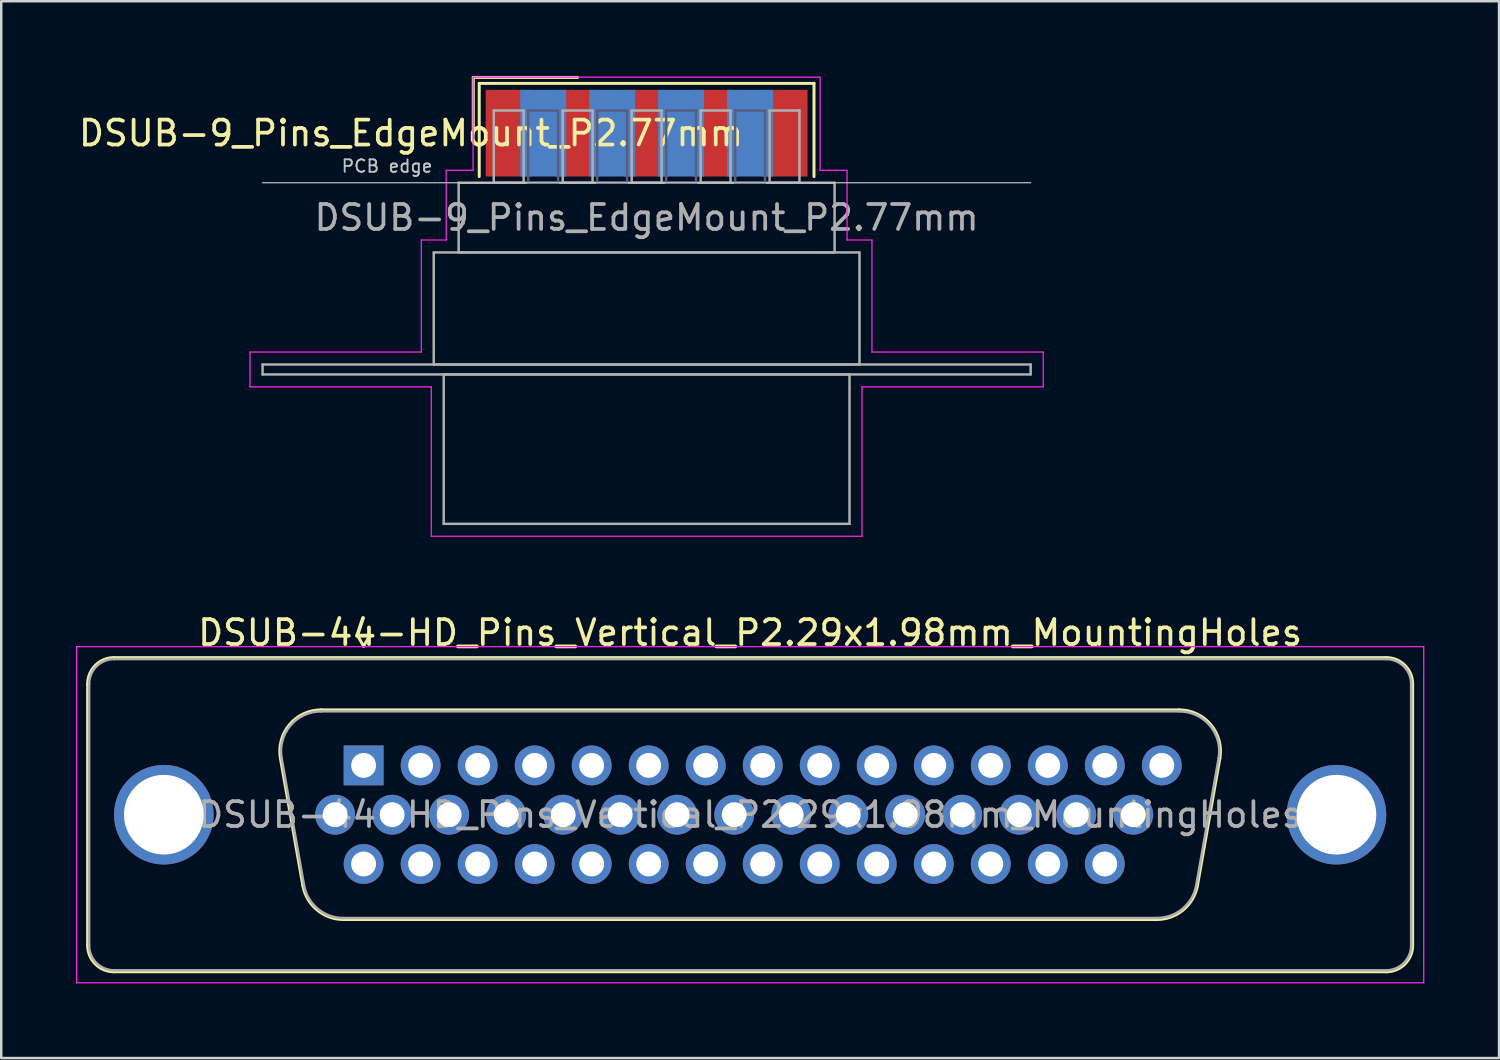
<source format=kicad_pcb>
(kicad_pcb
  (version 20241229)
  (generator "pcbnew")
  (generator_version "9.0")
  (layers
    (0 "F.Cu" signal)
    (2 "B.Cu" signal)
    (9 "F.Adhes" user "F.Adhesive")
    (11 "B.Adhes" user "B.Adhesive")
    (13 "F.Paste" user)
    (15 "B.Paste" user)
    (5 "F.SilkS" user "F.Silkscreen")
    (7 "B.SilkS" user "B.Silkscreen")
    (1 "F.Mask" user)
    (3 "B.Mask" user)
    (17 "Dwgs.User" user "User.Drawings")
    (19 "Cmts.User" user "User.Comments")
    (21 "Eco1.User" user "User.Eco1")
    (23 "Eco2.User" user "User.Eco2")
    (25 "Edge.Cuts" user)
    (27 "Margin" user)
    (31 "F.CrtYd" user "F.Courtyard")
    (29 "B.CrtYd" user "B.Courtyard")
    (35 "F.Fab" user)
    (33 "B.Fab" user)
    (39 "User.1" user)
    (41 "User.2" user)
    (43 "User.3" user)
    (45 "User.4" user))
  (footprint "DSUB-9_Pins_EdgeMount_P2.77mm"
    (layer "F.Cu")
    (at 22.922 2.3)
    (property "Reference" "DSUB-9_Pins_EdgeMount_P2.77mm" (at -9.463 0 0) (layer "F.SilkS") (effects (font (size 1 1) (thickness 0.15))))
    (attr smd)
    (fp_line (start -6.963 -2.24) (end -2.77 -2.24) (stroke (width 0.12) (type solid)) (layer "F.SilkS"))
    (fp_line (start -6.963 0) (end -6.963 -2.24) (stroke (width 0.12) (type solid)) (layer "F.SilkS"))
    (fp_line (start -6.723 -2) (end -6.723 1.74) (stroke (width 0.12) (type solid)) (layer "F.SilkS"))
    (fp_line (start 6.723 -2) (end -6.723 -2) (stroke (width 0.12) (type solid)) (layer "F.SilkS"))
    (fp_line (start 6.723 1.74) (end 6.723 -2) (stroke (width 0.12) (type solid)) (layer "F.SilkS"))
    (fp_line (start -15.425 1.99) (end 15.425 1.99) (stroke (width 0.05) (type solid)) (layer "Dwgs.User"))
    (fp_line (start -15.93 8.79) (end -9.05 8.79) (stroke (width 0.05) (type solid)) (layer "F.CrtYd"))
    (fp_line (start -15.93 10.19) (end -15.93 8.79) (stroke (width 0.05) (type solid)) (layer "F.CrtYd"))
    (fp_line (start -9.05 4.29) (end -8.05 4.29) (stroke (width 0.05) (type solid)) (layer "F.CrtYd"))
    (fp_line (start -9.05 8.79) (end -9.05 4.29) (stroke (width 0.05) (type solid)) (layer "F.CrtYd"))
    (fp_line (start -8.65 10.19) (end -15.93 10.19) (stroke (width 0.05) (type solid)) (layer "F.CrtYd"))
    (fp_line (start -8.65 16.19) (end -8.65 10.19) (stroke (width 0.05) (type solid)) (layer "F.CrtYd"))
    (fp_line (start -8.05 1.49) (end -6.97 1.49) (stroke (width 0.05) (type solid)) (layer "F.CrtYd"))
    (fp_line (start -8.05 4.29) (end -8.05 1.49) (stroke (width 0.05) (type solid)) (layer "F.CrtYd"))
    (fp_line (start -6.97 -2.25) (end 6.97 -2.25) (stroke (width 0.05) (type solid)) (layer "F.CrtYd"))
    (fp_line (start -6.97 1.49) (end -6.97 -2.25) (stroke (width 0.05) (type solid)) (layer "F.CrtYd"))
    (fp_line (start 6.97 -2.25) (end 6.97 1.49) (stroke (width 0.05) (type solid)) (layer "F.CrtYd"))
    (fp_line (start 6.97 1.49) (end 8.05 1.49) (stroke (width 0.05) (type solid)) (layer "F.CrtYd"))
    (fp_line (start 8.05 1.49) (end 8.05 4.29) (stroke (width 0.05) (type solid)) (layer "F.CrtYd"))
    (fp_line (start 8.05 4.29) (end 9.05 4.29) (stroke (width 0.05) (type solid)) (layer "F.CrtYd"))
    (fp_line (start 8.65 10.19) (end 8.65 16.19) (stroke (width 0.05) (type solid)) (layer "F.CrtYd"))
    (fp_line (start 8.65 16.19) (end -8.65 16.19) (stroke (width 0.05) (type solid)) (layer "F.CrtYd"))
    (fp_line (start 9.05 4.29) (end 9.05 8.79) (stroke (width 0.05) (type solid)) (layer "F.CrtYd"))
    (fp_line (start 9.05 8.79) (end 15.93 8.79) (stroke (width 0.05) (type solid)) (layer "F.CrtYd"))
    (fp_line (start 15.93 8.79) (end 15.93 10.19) (stroke (width 0.05) (type solid)) (layer "F.CrtYd"))
    (fp_line (start 15.93 10.19) (end 8.65 10.19) (stroke (width 0.05) (type solid)) (layer "F.CrtYd"))
    (fp_line (start -4.755 -0.91) (end -4.755 1.99) (stroke (width 0.1) (type solid)) (layer "B.Fab"))
    (fp_line (start -4.755 1.99) (end -3.555 1.99) (stroke (width 0.1) (type solid)) (layer "B.Fab"))
    (fp_line (start -3.555 -0.91) (end -4.755 -0.91) (stroke (width 0.1) (type solid)) (layer "B.Fab"))
    (fp_line (start -3.555 1.99) (end -3.555 -0.91) (stroke (width 0.1) (type solid)) (layer "B.Fab"))
    (fp_line (start -1.985 -0.91) (end -1.985 1.99) (stroke (width 0.1) (type solid)) (layer "B.Fab"))
    (fp_line (start -1.985 1.99) (end -0.785 1.99) (stroke (width 0.1) (type solid)) (layer "B.Fab"))
    (fp_line (start -0.785 -0.91) (end -1.985 -0.91) (stroke (width 0.1) (type solid)) (layer "B.Fab"))
    (fp_line (start -0.785 1.99) (end -0.785 -0.91) (stroke (width 0.1) (type solid)) (layer "B.Fab"))
    (fp_line (start 0.785 -0.91) (end 0.785 1.99) (stroke (width 0.1) (type solid)) (layer "B.Fab"))
    (fp_line (start 0.785 1.99) (end 1.985 1.99) (stroke (width 0.1) (type solid)) (layer "B.Fab"))
    (fp_line (start 1.985 -0.91) (end 0.785 -0.91) (stroke (width 0.1) (type solid)) (layer "B.Fab"))
    (fp_line (start 1.985 1.99) (end 1.985 -0.91) (stroke (width 0.1) (type solid)) (layer "B.Fab"))
    (fp_line (start 3.555 -0.91) (end 3.555 1.99) (stroke (width 0.1) (type solid)) (layer "B.Fab"))
    (fp_line (start 3.555 1.99) (end 4.755 1.99) (stroke (width 0.1) (type solid)) (layer "B.Fab"))
    (fp_line (start 4.755 -0.91) (end 3.555 -0.91) (stroke (width 0.1) (type solid)) (layer "B.Fab"))
    (fp_line (start 4.755 1.99) (end 4.755 -0.91) (stroke (width 0.1) (type solid)) (layer "B.Fab"))
    (fp_line (start -15.425 9.29) (end -15.425 9.69) (stroke (width 0.1) (type solid)) (layer "F.Fab"))
    (fp_line (start -15.425 9.69) (end 15.425 9.69) (stroke (width 0.1) (type solid)) (layer "F.Fab"))
    (fp_line (start -8.55 4.79) (end -8.55 9.29) (stroke (width 0.1) (type solid)) (layer "F.Fab"))
    (fp_line (start -8.55 9.29) (end 8.55 9.29) (stroke (width 0.1) (type solid)) (layer "F.Fab"))
    (fp_line (start -8.15 9.69) (end -8.15 15.69) (stroke (width 0.1) (type solid)) (layer "F.Fab"))
    (fp_line (start -8.15 15.69) (end 8.15 15.69) (stroke (width 0.1) (type solid)) (layer "F.Fab"))
    (fp_line (start -7.55 1.99) (end -7.55 4.79) (stroke (width 0.1) (type solid)) (layer "F.Fab"))
    (fp_line (start -7.55 4.79) (end 7.55 4.79) (stroke (width 0.1) (type solid)) (layer "F.Fab"))
    (fp_line (start -6.14 -0.91) (end -6.14 1.99) (stroke (width 0.1) (type solid)) (layer "F.Fab"))
    (fp_line (start -6.14 1.99) (end -4.94 1.99) (stroke (width 0.1) (type solid)) (layer "F.Fab"))
    (fp_line (start -4.94 -0.91) (end -6.14 -0.91) (stroke (width 0.1) (type solid)) (layer "F.Fab"))
    (fp_line (start -4.94 1.99) (end -4.94 -0.91) (stroke (width 0.1) (type solid)) (layer "F.Fab"))
    (fp_line (start -3.37 -0.91) (end -3.37 1.99) (stroke (width 0.1) (type solid)) (layer "F.Fab"))
    (fp_line (start -3.37 1.99) (end -2.17 1.99) (stroke (width 0.1) (type solid)) (layer "F.Fab"))
    (fp_line (start -2.17 -0.91) (end -3.37 -0.91) (stroke (width 0.1) (type solid)) (layer "F.Fab"))
    (fp_line (start -2.17 1.99) (end -2.17 -0.91) (stroke (width 0.1) (type solid)) (layer "F.Fab"))
    (fp_line (start -0.6 -0.91) (end -0.6 1.99) (stroke (width 0.1) (type solid)) (layer "F.Fab"))
    (fp_line (start -0.6 1.99) (end 0.6 1.99) (stroke (width 0.1) (type solid)) (layer "F.Fab"))
    (fp_line (start 0.6 -0.91) (end -0.6 -0.91) (stroke (width 0.1) (type solid)) (layer "F.Fab"))
    (fp_line (start 0.6 1.99) (end 0.6 -0.91) (stroke (width 0.1) (type solid)) (layer "F.Fab"))
    (fp_line (start 2.17 -0.91) (end 2.17 1.99) (stroke (width 0.1) (type solid)) (layer "F.Fab"))
    (fp_line (start 2.17 1.99) (end 3.37 1.99) (stroke (width 0.1) (type solid)) (layer "F.Fab"))
    (fp_line (start 3.37 -0.91) (end 2.17 -0.91) (stroke (width 0.1) (type solid)) (layer "F.Fab"))
    (fp_line (start 3.37 1.99) (end 3.37 -0.91) (stroke (width 0.1) (type solid)) (layer "F.Fab"))
    (fp_line (start 4.94 -0.91) (end 4.94 1.99) (stroke (width 0.1) (type solid)) (layer "F.Fab"))
    (fp_line (start 4.94 1.99) (end 6.14 1.99) (stroke (width 0.1) (type solid)) (layer "F.Fab"))
    (fp_line (start 6.14 -0.91) (end 4.94 -0.91) (stroke (width 0.1) (type solid)) (layer "F.Fab"))
    (fp_line (start 6.14 1.99) (end 6.14 -0.91) (stroke (width 0.1) (type solid)) (layer "F.Fab"))
    (fp_line (start 7.55 1.99) (end -7.55 1.99) (stroke (width 0.1) (type solid)) (layer "F.Fab"))
    (fp_line (start 7.55 4.79) (end 7.55 1.99) (stroke (width 0.1) (type solid)) (layer "F.Fab"))
    (fp_line (start 8.15 9.69) (end -8.15 9.69) (stroke (width 0.1) (type solid)) (layer "F.Fab"))
    (fp_line (start 8.15 15.69) (end 8.15 9.69) (stroke (width 0.1) (type solid)) (layer "F.Fab"))
    (fp_line (start 8.55 4.79) (end -8.55 4.79) (stroke (width 0.1) (type solid)) (layer "F.Fab"))
    (fp_line (start 8.55 9.29) (end 8.55 4.79) (stroke (width 0.1) (type solid)) (layer "F.Fab"))
    (fp_line (start 15.425 9.29) (end -15.425 9.29) (stroke (width 0.1) (type solid)) (layer "F.Fab"))
    (fp_line (start 15.425 9.69) (end 15.425 9.29) (stroke (width 0.1) (type solid)) (layer "F.Fab"))
    (fp_text user "PCB edge" (at -10.425 1.323 0) (layer "Dwgs.User") (effects (font (size 0.5 0.5) (thickness 0.075))))
    (fp_text user "${REFERENCE}" (at 0 3.39 0) (layer "F.Fab") (effects (font (size 1 1) (thickness 0.15))))
    (pad "1" smd rect (at -5.54 0) (size 1.847 3.48) (layers "F.Cu" "F.Mask" "F.Paste"))
    (pad "2" smd rect (at -2.77 0) (size 1.847 3.48) (layers "F.Cu" "F.Mask" "F.Paste"))
    (pad "3" smd rect (at 0 0) (size 1.847 3.48) (layers "F.Cu" "F.Mask" "F.Paste"))
    (pad "4" smd rect (at 2.77 0) (size 1.847 3.48) (layers "F.Cu" "F.Mask" "F.Paste"))
    (pad "5" smd rect (at 5.54 0) (size 1.847 3.48) (layers "F.Cu" "F.Mask" "F.Paste"))
    (pad "6" smd rect (at -4.155 0) (size 1.847 3.48) (layers "B.Cu" "B.Mask" "B.Paste"))
    (pad "7" smd rect (at -1.385 0) (size 1.847 3.48) (layers "B.Cu" "B.Mask" "B.Paste"))
    (pad "8" smd rect (at 1.385 0) (size 1.847 3.48) (layers "B.Cu" "B.Mask" "B.Paste"))
    (pad "9" smd rect (at 4.155 0) (size 1.847 3.48) (layers "B.Cu" "B.Mask" "B.Paste")))
  (footprint "DSUB-44-HD_Pins_Vertical_P2.29x1.98mm_MountingHoles"
    (layer "F.Cu")
    (at 11.555 27.693)
    (property "Reference" "DSUB-44-HD_Pins_Vertical_P2.29x1.98mm_MountingHoles" (at 15.525 -5.33 0) (layer "F.SilkS") (effects (font (size 1 1) (thickness 0.15))))
    (attr through_hole)
    (fp_line (start -11.085 7.23) (end -11.085 -3.27) (stroke (width 0.12) (type solid)) (layer "F.SilkS"))
    (fp_line (start -10.025 -4.33) (end 41.075 -4.33) (stroke (width 0.12) (type solid)) (layer "F.SilkS"))
    (fp_line (start -2.442 4.818) (end -3.341 -0.282) (stroke (width 0.12) (type solid)) (layer "F.SilkS"))
    (fp_line (start -1.707 -2.23) (end 32.757 -2.23) (stroke (width 0.12) (type solid)) (layer "F.SilkS"))
    (fp_line (start -0.25 -5.224) (end 0.25 -5.224) (stroke (width 0.12) (type solid)) (layer "F.SilkS"))
    (fp_line (start 0 -4.791) (end -0.25 -5.224) (stroke (width 0.12) (type solid)) (layer "F.SilkS"))
    (fp_line (start 0.25 -5.224) (end 0 -4.791) (stroke (width 0.12) (type solid)) (layer "F.SilkS"))
    (fp_line (start 31.857 6.19) (end -0.807 6.19) (stroke (width 0.12) (type solid)) (layer "F.SilkS"))
    (fp_line (start 34.391 -0.282) (end 33.492 4.818) (stroke (width 0.12) (type solid)) (layer "F.SilkS"))
    (fp_line (start 41.075 8.29) (end -10.025 8.29) (stroke (width 0.12) (type solid)) (layer "F.SilkS"))
    (fp_line (start 42.135 -3.27) (end 42.135 7.23) (stroke (width 0.12) (type solid)) (layer "F.SilkS"))
    (fp_arc (start -11.085 -3.27) (mid -10.774533 -4.019533) (end -10.025 -4.33) (stroke (width 0.12) (type solid)) (layer "F.SilkS"))
    (fp_arc (start -10.025 8.29) (mid -10.774533 7.979533) (end -11.085 7.23) (stroke (width 0.12) (type solid)) (layer "F.SilkS"))
    (fp_arc (start -3.34147 -0.281744) (mid -2.978323 -1.637027) (end -1.706689 -2.23) (stroke (width 0.12) (type solid)) (layer "F.SilkS"))
    (fp_arc (start -0.807421 6.19) (mid -1.874449 5.801634) (end -2.442202 4.818256) (stroke (width 0.12) (type solid)) (layer "F.SilkS"))
    (fp_arc (start 32.756689 -2.23) (mid 34.028323 -1.637027) (end 34.39147 -0.281744) (stroke (width 0.12) (type solid)) (layer "F.SilkS"))
    (fp_arc (start 33.492202 4.818256) (mid 32.924449 5.801634) (end 31.857421 6.19) (stroke (width 0.12) (type solid)) (layer "F.SilkS"))
    (fp_arc (start 41.075 -4.33) (mid 41.824533 -4.019533) (end 42.135 -3.27) (stroke (width 0.12) (type solid)) (layer "F.SilkS"))
    (fp_arc (start 42.135 7.23) (mid 41.824533 7.979533) (end 41.075 8.29) (stroke (width 0.12) (type solid)) (layer "F.SilkS"))
    (fp_line (start -11.53 -4.77) (end -11.53 8.73) (stroke (width 0.05) (type solid)) (layer "F.CrtYd"))
    (fp_line (start -11.53 8.73) (end 42.58 8.73) (stroke (width 0.05) (type solid)) (layer "F.CrtYd"))
    (fp_line (start 42.58 -4.77) (end -11.53 -4.77) (stroke (width 0.05) (type solid)) (layer "F.CrtYd"))
    (fp_line (start 42.58 8.73) (end 42.58 -4.77) (stroke (width 0.05) (type solid)) (layer "F.CrtYd"))
    (fp_line (start -11.025 7.23) (end -11.025 -3.27) (stroke (width 0.1) (type solid)) (layer "F.Fab"))
    (fp_line (start -10.025 -4.27) (end 41.075 -4.27) (stroke (width 0.1) (type solid)) (layer "F.Fab"))
    (fp_line (start -2.395 4.808) (end -3.294 -0.292) (stroke (width 0.1) (type solid)) (layer "F.Fab"))
    (fp_line (start -1.718 -2.17) (end 32.768 -2.17) (stroke (width 0.1) (type solid)) (layer "F.Fab"))
    (fp_line (start 31.869 6.13) (end -0.819 6.13) (stroke (width 0.1) (type solid)) (layer "F.Fab"))
    (fp_line (start 34.344 -0.292) (end 33.445 4.808) (stroke (width 0.1) (type solid)) (layer "F.Fab"))
    (fp_line (start 41.075 8.23) (end -10.025 8.23) (stroke (width 0.1) (type solid)) (layer "F.Fab"))
    (fp_line (start 42.075 -3.27) (end 42.075 7.23) (stroke (width 0.1) (type solid)) (layer "F.Fab"))
    (fp_arc (start -11.025 -3.27) (mid -10.732107 -3.977107) (end -10.025 -4.27) (stroke (width 0.1) (type solid)) (layer "F.Fab"))
    (fp_arc (start -10.025 8.23) (mid -10.732107 7.937107) (end -11.025 7.23) (stroke (width 0.1) (type solid)) (layer "F.Fab"))
    (fp_arc (start -3.293887 -0.292163) (mid -2.943865 -1.59846) (end -1.718194 -2.17) (stroke (width 0.1) (type solid)) (layer "F.Fab"))
    (fp_arc (start -0.818927 6.13) (mid -1.847387 5.755671) (end -2.394619 4.807837) (stroke (width 0.1) (type solid)) (layer "F.Fab"))
    (fp_arc (start 32.768194 -2.17) (mid 33.993865 -1.59846) (end 34.343887 -0.292163) (stroke (width 0.1) (type solid)) (layer "F.Fab"))
    (fp_arc (start 33.444619 4.807837) (mid 32.897387 5.755671) (end 31.868927 6.13) (stroke (width 0.1) (type solid)) (layer "F.Fab"))
    (fp_arc (start 41.075 -4.27) (mid 41.782107 -3.977107) (end 42.075 -3.27) (stroke (width 0.1) (type solid)) (layer "F.Fab"))
    (fp_arc (start 42.075 7.23) (mid 41.782107 7.937107) (end 41.075 8.23) (stroke (width 0.1) (type solid)) (layer "F.Fab"))
    (fp_text user "${REFERENCE}" (at 15.525 1.98 0) (layer "F.Fab") (effects (font (size 1 1) (thickness 0.15))))
    (pad "0" thru_hole circle (at -8.025 1.98) (size 4 4) (drill 3.2) (layers "*.Cu" "*.Mask"))
    (pad "0" thru_hole circle (at 39.075 1.98) (size 4 4) (drill 3.2) (layers "*.Cu" "*.Mask"))
    (pad "1" thru_hole rect (at 0 0) (size 1.6 1.6) (drill 1) (layers "*.Cu" "*.Mask"))
    (pad "2" thru_hole circle (at 2.29 0) (size 1.6 1.6) (drill 1) (layers "*.Cu" "*.Mask"))
    (pad "3" thru_hole circle (at 4.58 0) (size 1.6 1.6) (drill 1) (layers "*.Cu" "*.Mask"))
    (pad "4" thru_hole circle (at 6.87 0) (size 1.6 1.6) (drill 1) (layers "*.Cu" "*.Mask"))
    (pad "5" thru_hole circle (at 9.16 0) (size 1.6 1.6) (drill 1) (layers "*.Cu" "*.Mask"))
    (pad "6" thru_hole circle (at 11.45 0) (size 1.6 1.6) (drill 1) (layers "*.Cu" "*.Mask"))
    (pad "7" thru_hole circle (at 13.74 0) (size 1.6 1.6) (drill 1) (layers "*.Cu" "*.Mask"))
    (pad "8" thru_hole circle (at 16.03 0) (size 1.6 1.6) (drill 1) (layers "*.Cu" "*.Mask"))
    (pad "9" thru_hole circle (at 18.32 0) (size 1.6 1.6) (drill 1) (layers "*.Cu" "*.Mask"))
    (pad "10" thru_hole circle (at 20.61 0) (size 1.6 1.6) (drill 1) (layers "*.Cu" "*.Mask"))
    (pad "11" thru_hole circle (at 22.9 0) (size 1.6 1.6) (drill 1) (layers "*.Cu" "*.Mask"))
    (pad "12" thru_hole circle (at 25.19 0) (size 1.6 1.6) (drill 1) (layers "*.Cu" "*.Mask"))
    (pad "13" thru_hole circle (at 27.48 0) (size 1.6 1.6) (drill 1) (layers "*.Cu" "*.Mask"))
    (pad "14" thru_hole circle (at 29.77 0) (size 1.6 1.6) (drill 1) (layers "*.Cu" "*.Mask"))
    (pad "15" thru_hole circle (at 32.06 0) (size 1.6 1.6) (drill 1) (layers "*.Cu" "*.Mask"))
    (pad "16" thru_hole circle (at -1.145 1.98) (size 1.6 1.6) (drill 1) (layers "*.Cu" "*.Mask"))
    (pad "17" thru_hole circle (at 1.145 1.98) (size 1.6 1.6) (drill 1) (layers "*.Cu" "*.Mask"))
    (pad "18" thru_hole circle (at 3.435 1.98) (size 1.6 1.6) (drill 1) (layers "*.Cu" "*.Mask"))
    (pad "19" thru_hole circle (at 5.725 1.98) (size 1.6 1.6) (drill 1) (layers "*.Cu" "*.Mask"))
    (pad "20" thru_hole circle (at 8.015 1.98) (size 1.6 1.6) (drill 1) (layers "*.Cu" "*.Mask"))
    (pad "21" thru_hole circle (at 10.305 1.98) (size 1.6 1.6) (drill 1) (layers "*.Cu" "*.Mask"))
    (pad "22" thru_hole circle (at 12.595 1.98) (size 1.6 1.6) (drill 1) (layers "*.Cu" "*.Mask"))
    (pad "23" thru_hole circle (at 14.885 1.98) (size 1.6 1.6) (drill 1) (layers "*.Cu" "*.Mask"))
    (pad "24" thru_hole circle (at 17.175 1.98) (size 1.6 1.6) (drill 1) (layers "*.Cu" "*.Mask"))
    (pad "25" thru_hole circle (at 19.465 1.98) (size 1.6 1.6) (drill 1) (layers "*.Cu" "*.Mask"))
    (pad "26" thru_hole circle (at 21.755 1.98) (size 1.6 1.6) (drill 1) (layers "*.Cu" "*.Mask"))
    (pad "27" thru_hole circle (at 24.045 1.98) (size 1.6 1.6) (drill 1) (layers "*.Cu" "*.Mask"))
    (pad "28" thru_hole circle (at 26.335 1.98) (size 1.6 1.6) (drill 1) (layers "*.Cu" "*.Mask"))
    (pad "29" thru_hole circle (at 28.625 1.98) (size 1.6 1.6) (drill 1) (layers "*.Cu" "*.Mask"))
    (pad "30" thru_hole circle (at 30.915 1.98) (size 1.6 1.6) (drill 1) (layers "*.Cu" "*.Mask"))
    (pad "31" thru_hole circle (at 0 3.96) (size 1.6 1.6) (drill 1) (layers "*.Cu" "*.Mask"))
    (pad "32" thru_hole circle (at 2.29 3.96) (size 1.6 1.6) (drill 1) (layers "*.Cu" "*.Mask"))
    (pad "33" thru_hole circle (at 4.58 3.96) (size 1.6 1.6) (drill 1) (layers "*.Cu" "*.Mask"))
    (pad "34" thru_hole circle (at 6.87 3.96) (size 1.6 1.6) (drill 1) (layers "*.Cu" "*.Mask"))
    (pad "35" thru_hole circle (at 9.16 3.96) (size 1.6 1.6) (drill 1) (layers "*.Cu" "*.Mask"))
    (pad "36" thru_hole circle (at 11.45 3.96) (size 1.6 1.6) (drill 1) (layers "*.Cu" "*.Mask"))
    (pad "37" thru_hole circle (at 13.74 3.96) (size 1.6 1.6) (drill 1) (layers "*.Cu" "*.Mask"))
    (pad "38" thru_hole circle (at 16.03 3.96) (size 1.6 1.6) (drill 1) (layers "*.Cu" "*.Mask"))
    (pad "39" thru_hole circle (at 18.32 3.96) (size 1.6 1.6) (drill 1) (layers "*.Cu" "*.Mask"))
    (pad "40" thru_hole circle (at 20.61 3.96) (size 1.6 1.6) (drill 1) (layers "*.Cu" "*.Mask"))
    (pad "41" thru_hole circle (at 22.9 3.96) (size 1.6 1.6) (drill 1) (layers "*.Cu" "*.Mask"))
    (pad "42" thru_hole circle (at 25.19 3.96) (size 1.6 1.6) (drill 1) (layers "*.Cu" "*.Mask"))
    (pad "43" thru_hole circle (at 27.48 3.96) (size 1.6 1.6) (drill 1) (layers "*.Cu" "*.Mask"))
    (pad "44" thru_hole circle (at 29.77 3.96) (size 1.6 1.6) (drill 1) (layers "*.Cu" "*.Mask")))
  (gr_rect
    (start -3 -3)
    (end 57.16 39.448)
    (stroke (width 0.1) (type default))
    (fill no)
    (layer "Edge.Cuts")))
</source>
